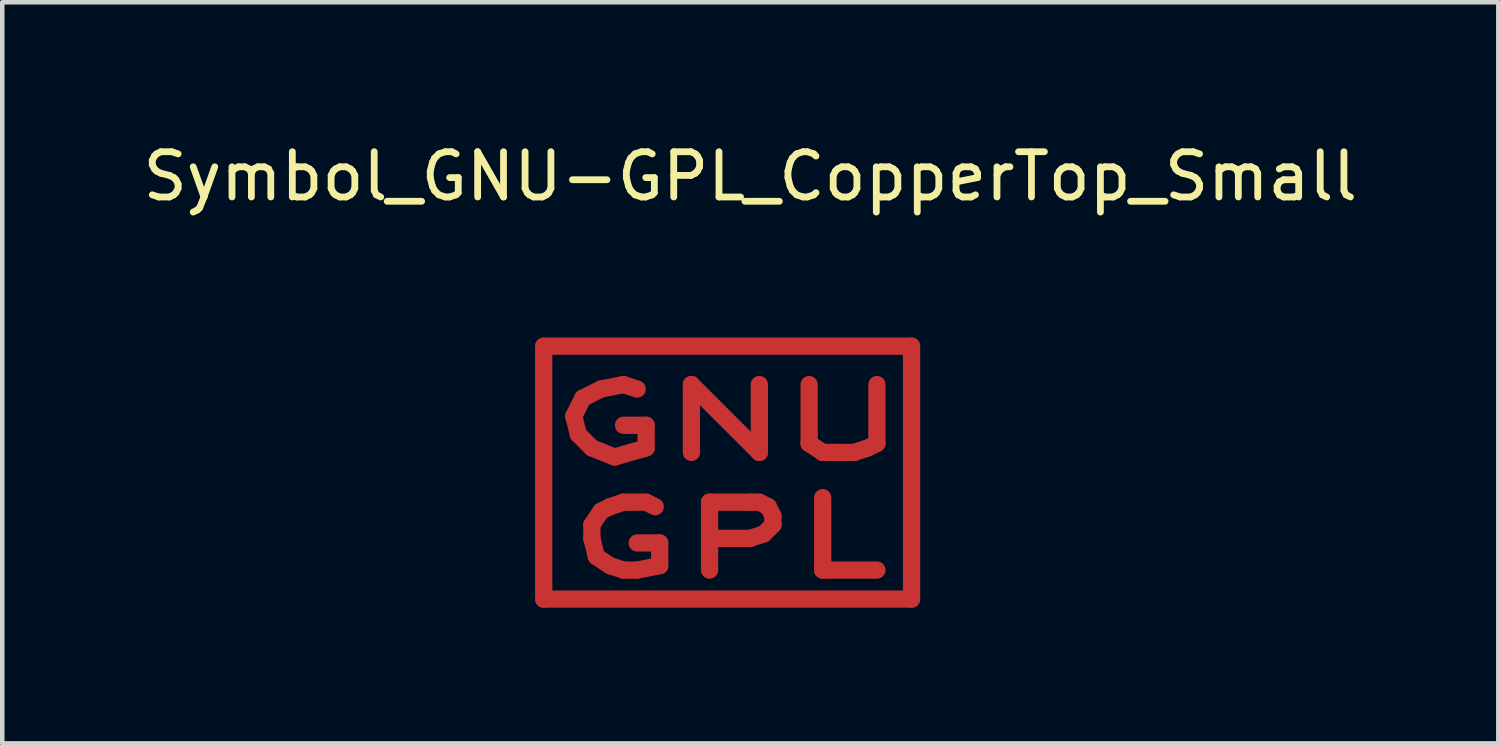
<source format=kicad_pcb>
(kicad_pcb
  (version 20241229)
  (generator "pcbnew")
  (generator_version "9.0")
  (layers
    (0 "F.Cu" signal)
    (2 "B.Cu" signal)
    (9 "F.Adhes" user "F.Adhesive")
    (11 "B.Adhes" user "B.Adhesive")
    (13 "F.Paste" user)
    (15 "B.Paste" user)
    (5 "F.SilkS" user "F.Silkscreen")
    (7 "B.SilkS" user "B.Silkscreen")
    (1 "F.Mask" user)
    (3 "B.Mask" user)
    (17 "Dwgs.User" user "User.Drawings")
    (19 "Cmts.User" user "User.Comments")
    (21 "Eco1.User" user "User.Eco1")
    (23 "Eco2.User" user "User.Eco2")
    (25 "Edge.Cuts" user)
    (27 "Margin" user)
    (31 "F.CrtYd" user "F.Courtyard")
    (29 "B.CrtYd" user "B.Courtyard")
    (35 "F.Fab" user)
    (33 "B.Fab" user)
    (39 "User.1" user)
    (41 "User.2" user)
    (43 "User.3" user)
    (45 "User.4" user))
  (footprint "Symbol_GNU-GPL_CopperTop_Small"
    (layer "F.Cu")
    (at 13.029 7.648)
    (property "Reference" "Symbol_GNU-GPL_CopperTop_Small" (at 0.5 -6.8 0) (layer "F.SilkS") (effects (font (size 1 1) (thickness 0.15))))
    (attr board_only exclude_from_pos_files exclude_from_bom allow_missing_courtyard)
    (fp_line (start -4.064 -3.048) (end 4.064 -3.048) (stroke (width 0.381) (type solid)) (layer "F.Cu"))
    (fp_line (start -4.064 2.54) (end -4.064 -3.048) (stroke (width 0.381) (type solid)) (layer "F.Cu"))
    (fp_line (start -3.401 -1.501) (end -3.299 -1.1) (stroke (width 0.381) (type solid)) (layer "F.Cu"))
    (fp_line (start -3.299 -1.1) (end -3 -0.8) (stroke (width 0.381) (type solid)) (layer "F.Cu"))
    (fp_line (start -3.2 -1.9) (end -3.401 -1.501) (stroke (width 0.381) (type solid)) (layer "F.Cu"))
    (fp_line (start -3 -0.8) (end -2.499 -0.599) (stroke (width 0.381) (type solid)) (layer "F.Cu"))
    (fp_line (start -3 0.899) (end -3 1.199) (stroke (width 0.381) (type solid)) (layer "F.Cu"))
    (fp_line (start -3 1.199) (end -2.901 1.6) (stroke (width 0.381) (type solid)) (layer "F.Cu"))
    (fp_line (start -2.901 1.6) (end -2.601 1.801) (stroke (width 0.381) (type solid)) (layer "F.Cu"))
    (fp_line (start -2.799 -2.101) (end -3.2 -1.9) (stroke (width 0.381) (type solid)) (layer "F.Cu"))
    (fp_line (start -2.799 0.599) (end -3 0.899) (stroke (width 0.381) (type solid)) (layer "F.Cu"))
    (fp_line (start -2.601 0.5) (end -2.799 0.599) (stroke (width 0.381) (type solid)) (layer "F.Cu"))
    (fp_line (start -2.601 1.801) (end -2.301 1.9) (stroke (width 0.381) (type solid)) (layer "F.Cu"))
    (fp_line (start -2.499 -0.599) (end -1.801 -0.8) (stroke (width 0.381) (type solid)) (layer "F.Cu"))
    (fp_line (start -2.301 -2.2) (end -2.799 -2.101) (stroke (width 0.381) (type solid)) (layer "F.Cu"))
    (fp_line (start -2.301 0.399) (end -2.601 0.5) (stroke (width 0.381) (type solid)) (layer "F.Cu"))
    (fp_line (start -2.301 1.9) (end -1.999 1.9) (stroke (width 0.381) (type solid)) (layer "F.Cu"))
    (fp_line (start -1.999 -2.101) (end -2.301 -2.2) (stroke (width 0.381) (type solid)) (layer "F.Cu"))
    (fp_line (start -1.999 1.9) (end -1.501 1.801) (stroke (width 0.381) (type solid)) (layer "F.Cu"))
    (fp_line (start -1.801 -1.3) (end -2.301 -1.3) (stroke (width 0.381) (type solid)) (layer "F.Cu"))
    (fp_line (start -1.801 -0.8) (end -1.801 -1.3) (stroke (width 0.381) (type solid)) (layer "F.Cu"))
    (fp_line (start -1.801 0.399) (end -2.301 0.399) (stroke (width 0.381) (type solid)) (layer "F.Cu"))
    (fp_line (start -1.6 0.5) (end -1.801 0.399) (stroke (width 0.381) (type solid)) (layer "F.Cu"))
    (fp_line (start -1.501 1.3) (end -1.999 1.3) (stroke (width 0.381) (type solid)) (layer "F.Cu"))
    (fp_line (start -1.501 1.801) (end -1.501 1.3) (stroke (width 0.381) (type solid)) (layer "F.Cu"))
    (fp_line (start -0.8 -2.2) (end 0.701 -0.701) (stroke (width 0.381) (type solid)) (layer "F.Cu"))
    (fp_line (start -0.8 -0.701) (end -0.8 -2.2) (stroke (width 0.381) (type solid)) (layer "F.Cu"))
    (fp_line (start -0.399 0.399) (end 0.5 0.399) (stroke (width 0.381) (type solid)) (layer "F.Cu"))
    (fp_line (start -0.399 1.9) (end -0.399 0.399) (stroke (width 0.381) (type solid)) (layer "F.Cu"))
    (fp_line (start 0.5 0.399) (end 0.701 0.399) (stroke (width 0.381) (type solid)) (layer "F.Cu"))
    (fp_line (start 0.5 1.199) (end -0.399 1.199) (stroke (width 0.381) (type solid)) (layer "F.Cu"))
    (fp_line (start 0.701 -0.701) (end 0.701 -2.2) (stroke (width 0.381) (type solid)) (layer "F.Cu"))
    (fp_line (start 0.701 0.399) (end 0.899 0.5) (stroke (width 0.381) (type solid)) (layer "F.Cu"))
    (fp_line (start 0.8 1.1) (end 0.5 1.199) (stroke (width 0.381) (type solid)) (layer "F.Cu"))
    (fp_line (start 0.899 0.5) (end 1.001 0.701) (stroke (width 0.381) (type solid)) (layer "F.Cu"))
    (fp_line (start 1.001 0.701) (end 1.001 0.899) (stroke (width 0.381) (type solid)) (layer "F.Cu"))
    (fp_line (start 1.001 0.899) (end 0.8 1.1) (stroke (width 0.381) (type solid)) (layer "F.Cu"))
    (fp_line (start 1.801 -2.2) (end 1.801 -0.899) (stroke (width 0.381) (type solid)) (layer "F.Cu"))
    (fp_line (start 1.801 -0.899) (end 2.101 -0.701) (stroke (width 0.381) (type solid)) (layer "F.Cu"))
    (fp_line (start 2.101 -0.701) (end 2.4 -0.701) (stroke (width 0.381) (type solid)) (layer "F.Cu"))
    (fp_line (start 2.101 0.3) (end 2.101 1.9) (stroke (width 0.381) (type solid)) (layer "F.Cu"))
    (fp_line (start 2.101 1.9) (end 3.299 1.9) (stroke (width 0.381) (type solid)) (layer "F.Cu"))
    (fp_line (start 2.4 -0.701) (end 2.799 -0.701) (stroke (width 0.381) (type solid)) (layer "F.Cu"))
    (fp_line (start 2.799 -0.701) (end 3.099 -0.8) (stroke (width 0.381) (type solid)) (layer "F.Cu"))
    (fp_line (start 3.099 -0.8) (end 3.299 -0.899) (stroke (width 0.381) (type solid)) (layer "F.Cu"))
    (fp_line (start 3.299 -0.899) (end 3.299 -2.2) (stroke (width 0.381) (type solid)) (layer "F.Cu"))
    (fp_line (start 4.064 -3.048) (end 4.064 2.54) (stroke (width 0.381) (type solid)) (layer "F.Cu"))
    (fp_line (start 4.064 2.54) (end -4.064 2.54) (stroke (width 0.381) (type solid)) (layer "F.Cu")))
  (gr_rect
    (start -3 -3)
    (end 30.06 13.378)
    (stroke (width 0.1) (type default))
    (fill no)
    (layer "Edge.Cuts")))
</source>
